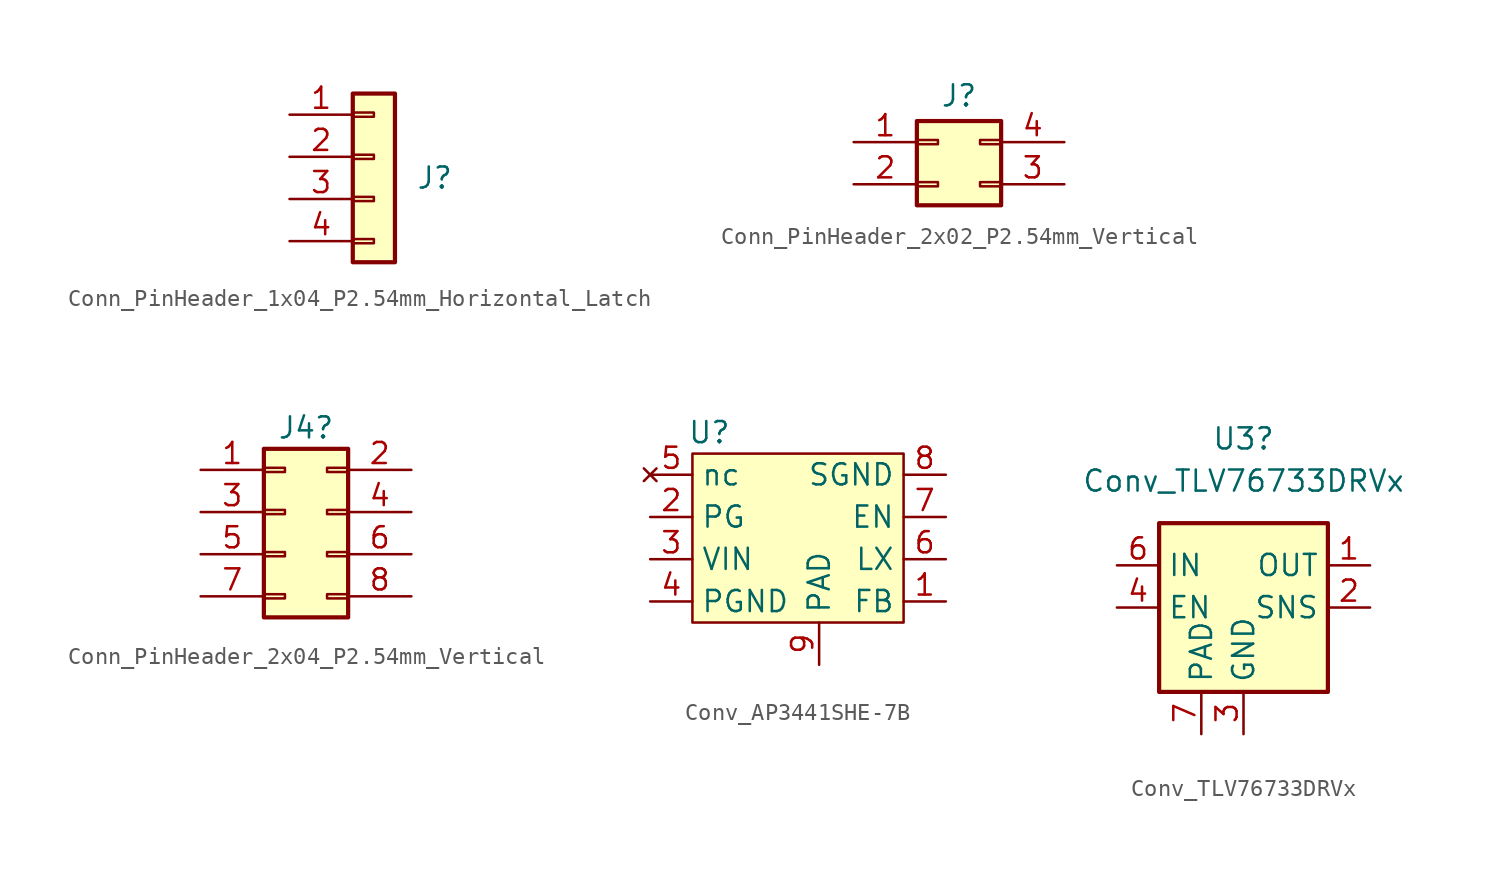
<source format=kicad_sym>
(kicad_symbol_lib
  (version 20241209)
  (generator "kicad_symbol_editor")
  (generator_version "9.0")
  (symbol "Conn_PinHeader_1x04_P2.54mm_Horizontal_Latch"
    (pin_names
      (offset 1.016)
      (hide yes))
    (property "Reference" "J"
      (at 2.54 -1.27 0)
      (effects (font (size 1.27 1.27)) (justify left)))
    (symbol "Conn_PinHeader_1x04_P2.54mm_Horizontal_Latch_1_1"
      (rectangle (start -1.27 3.81) (end 1.27 -6.35) (stroke (width 0.254) (type default)) (fill (type background)))
      (rectangle (start -1.27 2.667) (end 0 2.413) (stroke (width 0.152) (type default)) (fill (type none)))
      (rectangle (start -1.27 0.127) (end 0 -0.127) (stroke (width 0.152) (type default)) (fill (type none)))
      (rectangle (start -1.27 -2.413) (end 0 -2.667) (stroke (width 0.152) (type default)) (fill (type none)))
      (rectangle (start -1.27 -4.953) (end 0 -5.207) (stroke (width 0.152) (type default)) (fill (type none)))
      (pin passive line (at -5.08 2.54 0) (length 3.81) (name "Pin_1" (effects (font (size 1.27 1.27)))) (number "1" (effects (font (size 1.27 1.27)))))
      (pin passive line (at -5.08 0 0) (length 3.81) (name "Pin_2" (effects (font (size 1.27 1.27)))) (number "2" (effects (font (size 1.27 1.27)))))
      (pin passive line (at -5.08 -2.54 0) (length 3.81) (name "Pin_3" (effects (font (size 1.27 1.27)))) (number "3" (effects (font (size 1.27 1.27)))))
      (pin passive line (at -5.08 -5.08 0) (length 3.81) (name "Pin_4" (effects (font (size 1.27 1.27)))) (number "4" (effects (font (size 1.27 1.27)))))))
  (symbol "Conn_PinHeader_2x02_P2.54mm_Vertical"
    (pin_names
      (offset 1.016)
      (hide yes))
    (property "Reference" "J"
      (at 1.27 2.794 0)
      (effects (font (size 1.27 1.27))))
    (symbol "Conn_PinHeader_2x02_P2.54mm_Vertical_1_1"
      (rectangle (start -1.27 1.27) (end 3.81 -3.81) (stroke (width 0.254) (type default)) (fill (type background)))
      (rectangle (start -1.27 0.127) (end 0 -0.127) (stroke (width 0.152) (type default)) (fill (type none)))
      (rectangle (start -1.27 -2.413) (end 0 -2.667) (stroke (width 0.152) (type default)) (fill (type none)))
      (rectangle (start 3.81 0.127) (end 2.54 -0.127) (stroke (width 0.152) (type default)) (fill (type none)))
      (rectangle (start 3.81 -2.413) (end 2.54 -2.667) (stroke (width 0.152) (type default)) (fill (type none)))
      (pin passive line (at -5.08 0 0) (length 3.81) (name "Pin_1" (effects (font (size 1.27 1.27)))) (number "1" (effects (font (size 1.27 1.27)))))
      (pin passive line (at -5.08 -2.54 0) (length 3.81) (name "Pin_2" (effects (font (size 1.27 1.27)))) (number "2" (effects (font (size 1.27 1.27)))))
      (pin passive line (at 7.62 0 180) (length 3.81) (name "Pin_4" (effects (font (size 1.27 1.27)))) (number "4" (effects (font (size 1.27 1.27)))))
      (pin passive line (at 7.62 -2.54 180) (length 3.81) (name "Pin_3" (effects (font (size 1.27 1.27)))) (number "3" (effects (font (size 1.27 1.27)))))))
  (symbol "Conn_PinHeader_2x04_P2.54mm_Vertical"
    (pin_names
      (offset 1.016)
      (hide yes))
    (property "Reference" "J4"
      (at 1.27 5.08 0)
      (effects (font (size 1.27 1.27))))
    (symbol "Conn_PinHeader_2x04_P2.54mm_Vertical_1_1"
      (rectangle (start -1.27 3.81) (end 3.81 -6.35) (stroke (width 0.254) (type default)) (fill (type background)))
      (rectangle (start -1.27 2.667) (end 0 2.413) (stroke (width 0.152) (type default)) (fill (type none)))
      (rectangle (start -1.27 0.127) (end 0 -0.127) (stroke (width 0.152) (type default)) (fill (type none)))
      (rectangle (start -1.27 -2.413) (end 0 -2.667) (stroke (width 0.152) (type default)) (fill (type none)))
      (rectangle (start -1.27 -4.953) (end 0 -5.207) (stroke (width 0.152) (type default)) (fill (type none)))
      (rectangle (start 3.81 2.667) (end 2.54 2.413) (stroke (width 0.152) (type default)) (fill (type none)))
      (rectangle (start 3.81 0.127) (end 2.54 -0.127) (stroke (width 0.152) (type default)) (fill (type none)))
      (rectangle (start 3.81 -2.413) (end 2.54 -2.667) (stroke (width 0.152) (type default)) (fill (type none)))
      (rectangle (start 3.81 -4.953) (end 2.54 -5.207) (stroke (width 0.152) (type default)) (fill (type none)))
      (pin passive line (at -5.08 2.54 0) (length 3.81) (name "Pin_1" (effects (font (size 1.27 1.27)))) (number "1" (effects (font (size 1.27 1.27)))))
      (pin passive line (at -5.08 0 0) (length 3.81) (name "Pin_3" (effects (font (size 1.27 1.27)))) (number "3" (effects (font (size 1.27 1.27)))))
      (pin passive line (at -5.08 -2.54 0) (length 3.81) (name "Pin_5" (effects (font (size 1.27 1.27)))) (number "5" (effects (font (size 1.27 1.27)))))
      (pin passive line (at -5.08 -5.08 0) (length 3.81) (name "Pin_7" (effects (font (size 1.27 1.27)))) (number "7" (effects (font (size 1.27 1.27)))))
      (pin passive line (at 7.62 2.54 180) (length 3.81) (name "Pin_2" (effects (font (size 1.27 1.27)))) (number "2" (effects (font (size 1.27 1.27)))))
      (pin passive line (at 7.62 0 180) (length 3.81) (name "Pin_4" (effects (font (size 1.27 1.27)))) (number "4" (effects (font (size 1.27 1.27)))))
      (pin passive line (at 7.62 -2.54 180) (length 3.81) (name "Pin_6" (effects (font (size 1.27 1.27)))) (number "6" (effects (font (size 1.27 1.27)))))
      (pin passive line (at 7.62 -5.08 180) (length 3.81) (name "Pin_8" (effects (font (size 1.27 1.27)))) (number "8" (effects (font (size 1.27 1.27)))))))
  (symbol "Conv_AP3441SHE-7B"
    (property "Reference" "U"
      (at -5.334 7.62 0)
      (effects (font (size 1.27 1.27))))
    (symbol "Conv_AP3441SHE-7B_1_1"
      (rectangle (start -6.35 6.35) (end 6.35 -3.81) (stroke (width 0) (type default)) (fill (type background)))
      (pin no_connect line (at -8.89 5.08 0) (length 2.54) (name "nc" (effects (font (size 1.27 1.27)))) (number "5" (effects (font (size 1.27 1.27)))))
      (pin open_collector line (at -8.89 2.54 0) (length 2.54) (name "PG" (effects (font (size 1.27 1.27)))) (number "2" (effects (font (size 1.27 1.27)))))
      (pin power_in line (at -8.89 0 0) (length 2.54) (name "VIN" (effects (font (size 1.27 1.27)))) (number "3" (effects (font (size 1.27 1.27)))))
      (pin power_in line (at -8.89 -2.54 0) (length 2.54) (name "PGND" (effects (font (size 1.27 1.27)))) (number "4" (effects (font (size 1.27 1.27)))))
      (pin input line (at 1.27 -6.35 90) (length 2.54) (name "PAD" (effects (font (size 1.27 1.27)))) (number "9" (effects (font (size 1.27 1.27)))))
      (pin power_in line (at 8.89 5.08 180) (length 2.54) (name "SGND" (effects (font (size 1.27 1.27)))) (number "8" (effects (font (size 1.27 1.27)))))
      (pin input line (at 8.89 2.54 180) (length 2.54) (name "EN" (effects (font (size 1.27 1.27)))) (number "7" (effects (font (size 1.27 1.27)))))
      (pin power_out line (at 8.89 0 180) (length 2.54) (name "LX" (effects (font (size 1.27 1.27)))) (number "6" (effects (font (size 1.27 1.27)))))
      (pin passive line (at 8.89 -2.54 180) (length 2.54) (name "FB" (effects (font (size 1.27 1.27)))) (number "1" (effects (font (size 1.27 1.27)))))))
  (symbol "Conv_TLV76733DRVx"
    (property "Reference" "U3"
      (at 0 10.16 0)
      (effects (font (size 1.27 1.27))))
    (property "Value" "Conv_TLV76733DRVx"
      (at 0 7.62 0)
      (effects (font (size 1.27 1.27))))
    (symbol "Conv_TLV76733DRVx_0_1"
      (rectangle (start -5.08 -5.08) (end 5.08 5.08) (stroke (width 0.254) (type default)) (fill (type background))))
    (symbol "Conv_TLV76733DRVx_1_1"
      (pin power_in line (at -7.62 2.54 0) (length 2.54) (name "IN" (effects (font (size 1.27 1.27)))) (number "6" (effects (font (size 1.27 1.27)))))
      (pin input line (at -7.62 0 0) (length 2.54) (name "EN" (effects (font (size 1.27 1.27)))) (number "4" (effects (font (size 1.27 1.27)))))
      (pin passive line (at -2.54 -7.62 90) (length 2.54) (name "PAD" (effects (font (size 1.27 1.27)))) (number "7" (effects (font (size 1.27 1.27)))))
      (pin power_in line (at 0 -7.62 90) (length 2.54) (name "GND" (effects (font (size 1.27 1.27)))) (number "3" (effects (font (size 1.27 1.27)))))
      (pin passive line (at 0 -7.62 90) (length 2.54) (hide yes) (name "GND" (effects (font (size 1.27 1.27)))) (number "5" (effects (font (size 1.27 1.27)))))
      (pin power_out line (at 7.62 2.54 180) (length 2.54) (name "OUT" (effects (font (size 1.27 1.27)))) (number "1" (effects (font (size 1.27 1.27)))))
      (pin input line (at 7.62 0 180) (length 2.54) (name "SNS" (effects (font (size 1.27 1.27)))) (number "2" (effects (font (size 1.27 1.27))))))))
</source>
